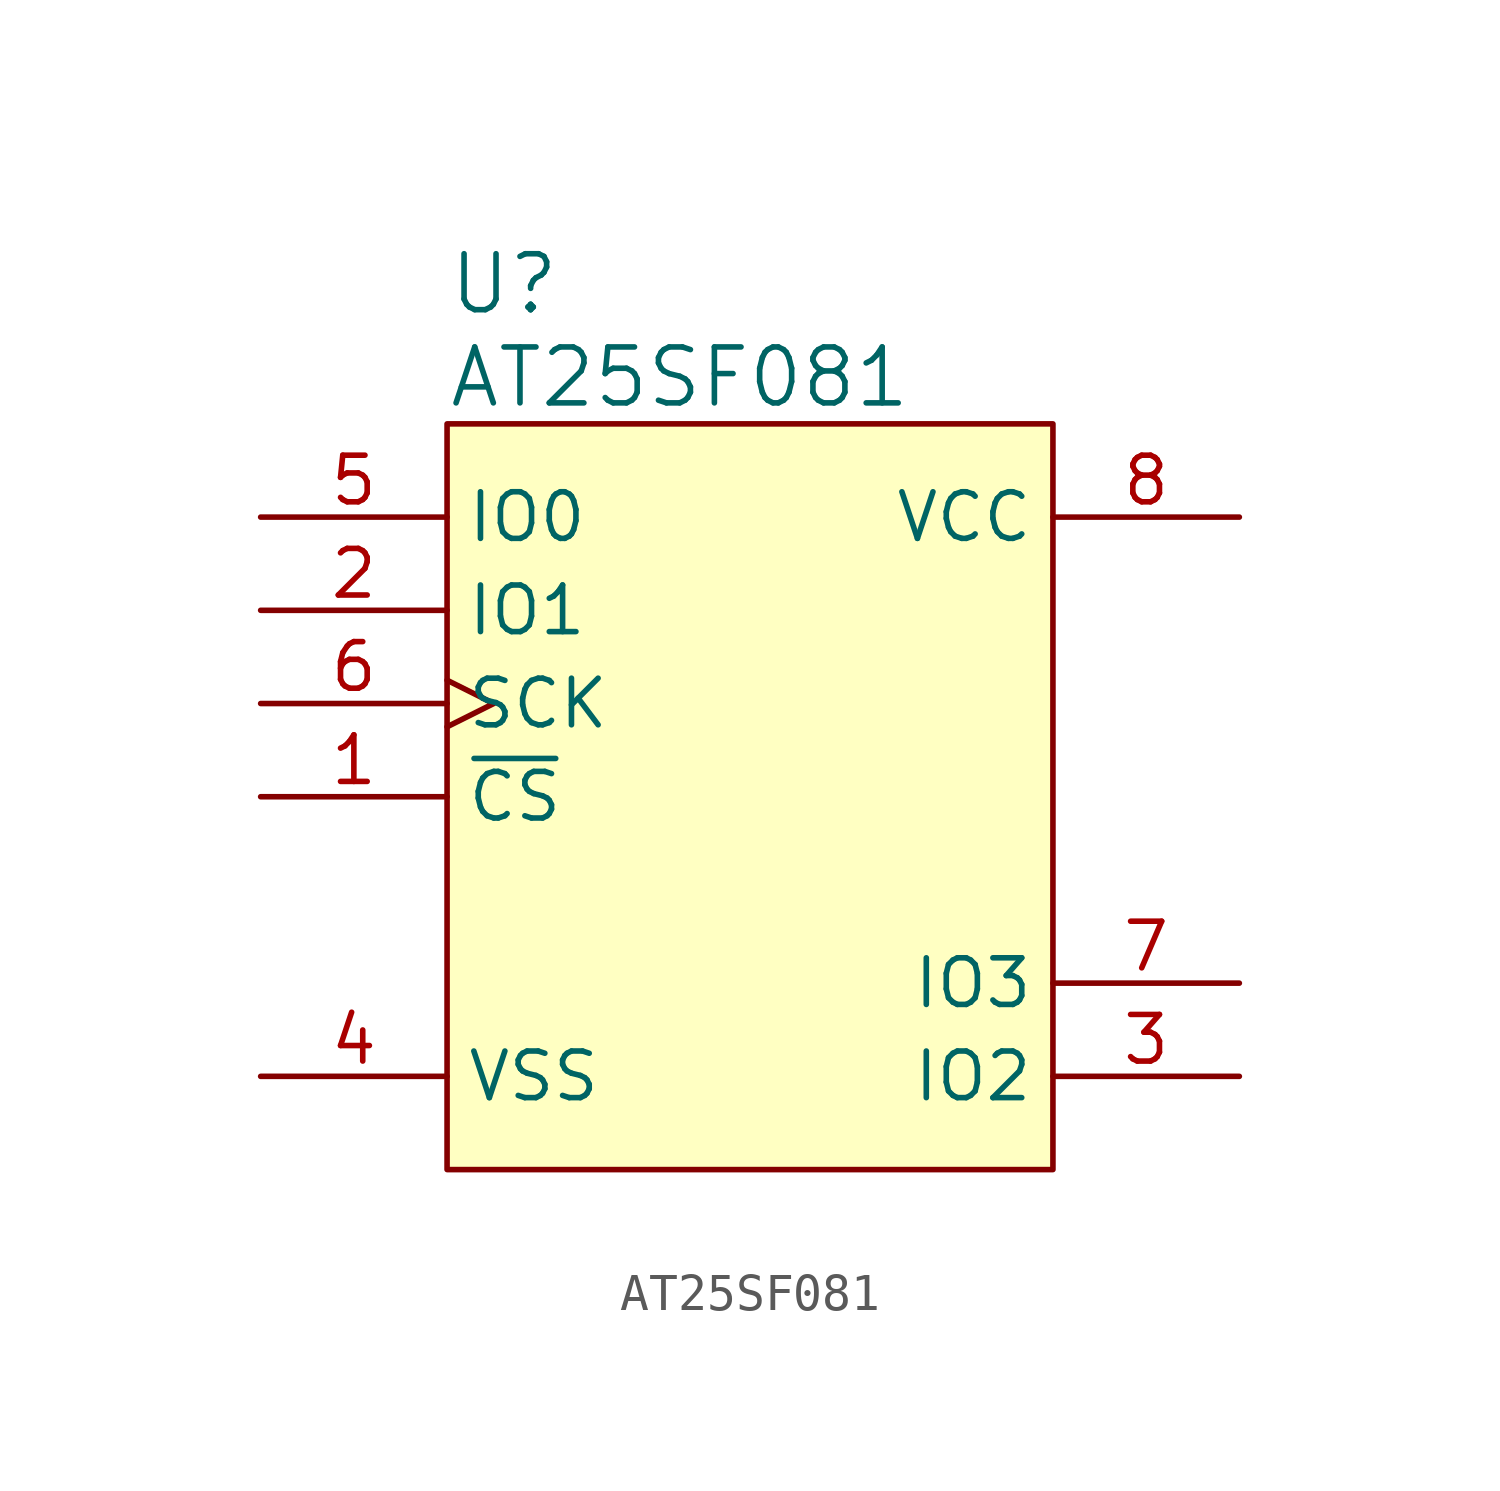
<source format=kicad_sym>
(kicad_symbol_lib
  (version 20211014)
  (generator kicad_symbol_editor)
  (symbol "AT25SF081"
    (property "Reference" "U"
      (at -8.89 13.97 0)
      (effects (font (size 1.524 1.524)) (justify left)))
    (property "Value" "AT25SF081"
      (at -8.89 11.43 0)
      (effects (font (size 1.524 1.524)) (justify left)))
    (symbol "AT25SF081_0_1"
      (rectangle (start 7.62 -10.16) (end -8.89 10.16) (stroke (width 0) (type default)) (fill (type background))))
    (symbol "AT25SF081_1_1"
      (pin input line (at -13.97 0 0) (length 5.08) (name "~{CS}" (effects (font (size 1.27 1.27)))) (number "1" (effects (font (size 1.27 1.27)))))
      (pin bidirectional line (at -13.97 5.08 0) (length 5.08) (name "IO1" (effects (font (size 1.27 1.27)))) (number "2" (effects (font (size 1.27 1.27)))) (alternate "SO" output line))
      (pin bidirectional line (at 12.7 -7.62 180) (length 5.08) (name "IO2" (effects (font (size 1.27 1.27)))) (number "3" (effects (font (size 1.27 1.27)))) (alternate "~{WP}" input line))
      (pin power_in line (at -13.97 -7.62 0) (length 5.08) (name "VSS" (effects (font (size 1.27 1.27)))) (number "4" (effects (font (size 1.27 1.27)))))
      (pin bidirectional line (at -13.97 7.62 0) (length 5.08) (name "IO0" (effects (font (size 1.27 1.27)))) (number "5" (effects (font (size 1.27 1.27)))) (alternate "SI" input line))
      (pin input clock (at -13.97 2.54 0) (length 5.08) (name "SCK" (effects (font (size 1.27 1.27)))) (number "6" (effects (font (size 1.27 1.27)))))
      (pin bidirectional line (at 12.7 -5.08 180) (length 5.08) (name "IO3" (effects (font (size 1.27 1.27)))) (number "7" (effects (font (size 1.27 1.27)))) (alternate "~{HOLD}" input line))
      (pin power_in line (at 12.7 7.62 180) (length 5.08) (name "VCC" (effects (font (size 1.27 1.27)))) (number "8" (effects (font (size 1.27 1.27))))))))
</source>
